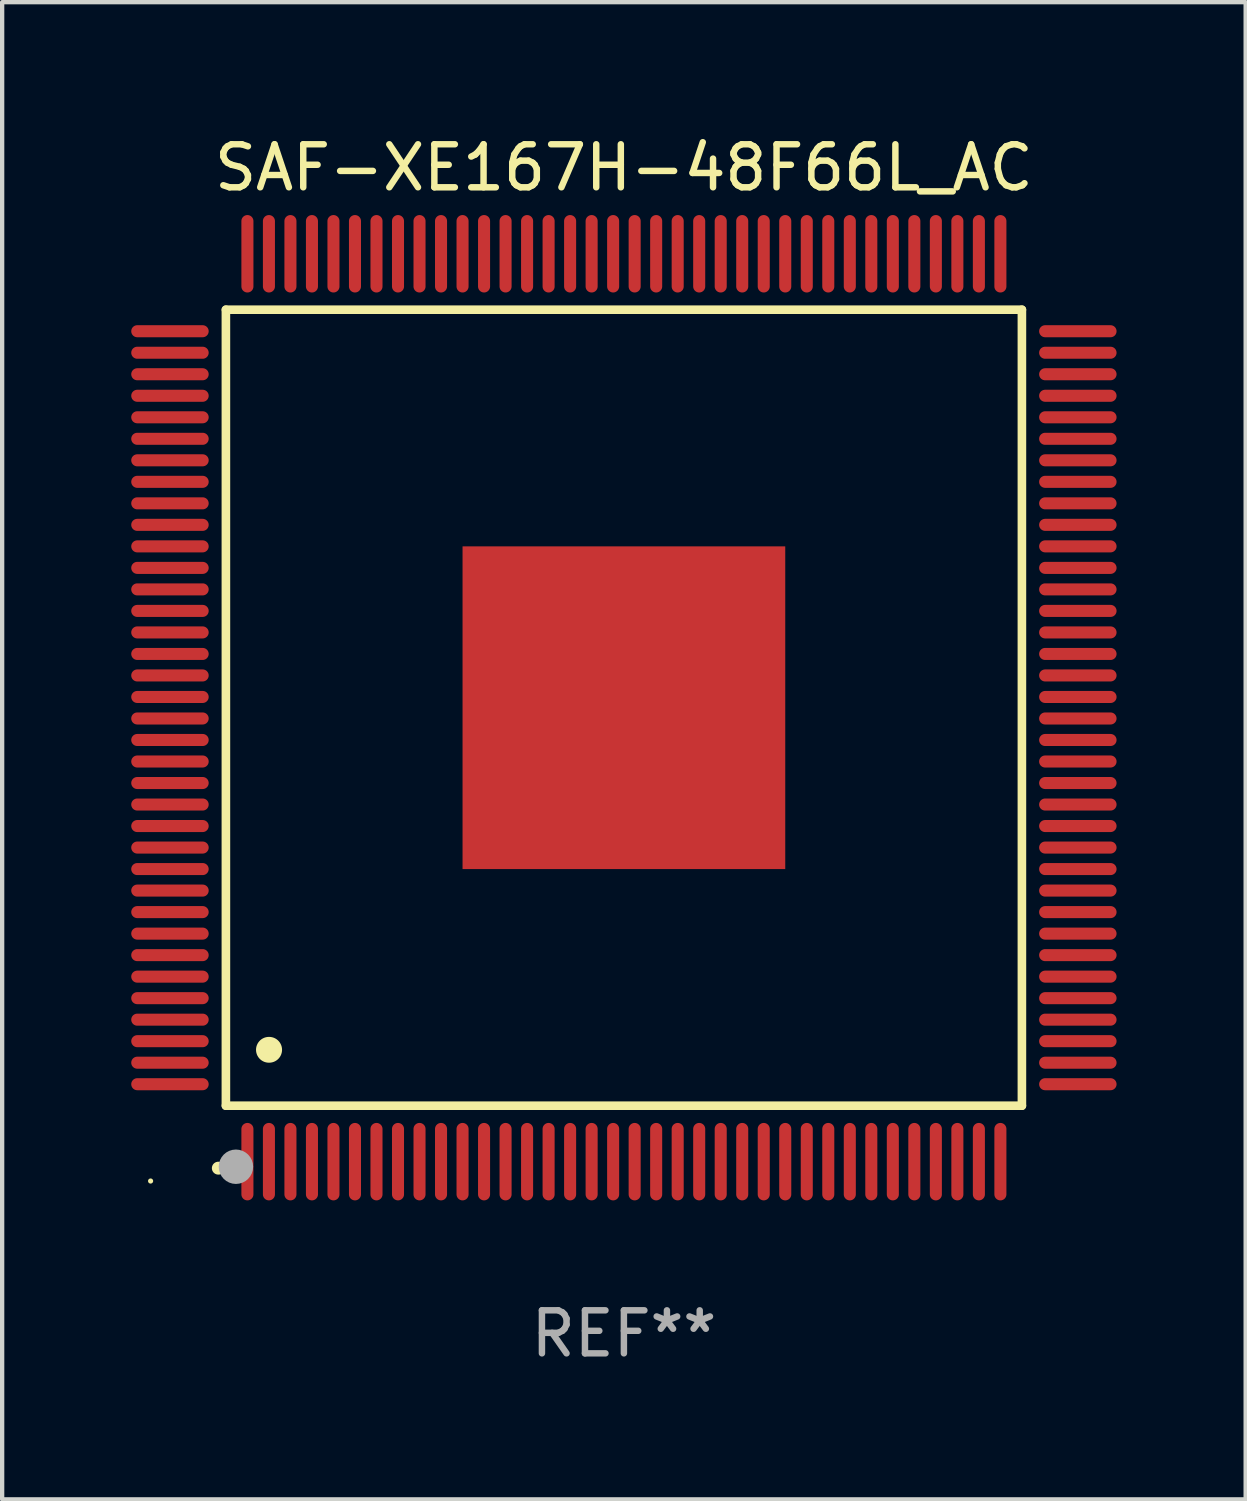
<source format=kicad_pcb>
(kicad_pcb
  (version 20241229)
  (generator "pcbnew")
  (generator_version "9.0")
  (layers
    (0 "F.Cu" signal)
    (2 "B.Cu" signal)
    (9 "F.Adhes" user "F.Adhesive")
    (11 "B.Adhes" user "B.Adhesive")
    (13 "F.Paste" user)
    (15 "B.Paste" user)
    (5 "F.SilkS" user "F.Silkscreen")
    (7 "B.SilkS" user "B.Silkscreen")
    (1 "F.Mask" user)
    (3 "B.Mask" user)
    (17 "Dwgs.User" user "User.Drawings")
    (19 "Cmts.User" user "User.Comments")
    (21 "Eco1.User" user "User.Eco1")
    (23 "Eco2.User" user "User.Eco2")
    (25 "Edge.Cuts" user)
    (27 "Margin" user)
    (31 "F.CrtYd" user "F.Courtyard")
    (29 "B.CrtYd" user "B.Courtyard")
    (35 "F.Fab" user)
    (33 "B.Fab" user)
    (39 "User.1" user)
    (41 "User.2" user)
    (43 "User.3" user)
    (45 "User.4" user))
  (footprint "SAF-XE167H-48F66L_AC"
    (layer "F.Cu")
    (at 11.45 13.398)
    (property "Reference" "SAF-XE167H-48F66L_AC" (at 0 -12.55 0) (layer "F.SilkS") (effects (font (size 1 1) (thickness 0.15))))
    (attr through_hole)
    (fp_line (start -9.25 -9.25) (end 9.25 -9.25) (stroke (width 0.2) (type solid)) (layer "F.SilkS"))
    (fp_line (start -9.25 9.25) (end -9.25 -9.25) (stroke (width 0.2) (type solid)) (layer "F.SilkS"))
    (fp_line (start 9.25 -9.25) (end 9.25 9.25) (stroke (width 0.2) (type solid)) (layer "F.SilkS"))
    (fp_line (start 9.25 9.25) (end -9.25 9.25) (stroke (width 0.2) (type solid)) (layer "F.SilkS"))
    (fp_arc (start -9.425959 10.701041) (mid -9.424689 10.701036) (end -9.423419 10.701041) (stroke (width 0.3) (type solid)) (layer "F.SilkS"))
    (fp_arc (start -8.249936 7.950216) (mid -8.247396 7.950205) (end -8.244856 7.950216) (stroke (width 0.6) (type solid)) (layer "F.SilkS"))
    (fp_circle (center -11 11) (end -10.97 11) (stroke (width 0.06) (type solid)) (fill no) (layer "F.SilkS"))
    (fp_circle (center -9.017 10.668) (end -8.817 10.668) (stroke (width 0.4) (type solid)) (fill no) (layer "F.Fab"))
    (fp_text user "REF**" (at 0 14.55 0) (layer "F.Fab") (effects (font (size 1 1) (thickness 0.15))))
    (pad "1" smd oval (at -8.75 10.55 180) (size 0.28 1.8) (layers "F.Cu" "F.Mask" "F.Paste"))
    (pad "2" smd oval (at -8.25 10.55 180) (size 0.28 1.8) (layers "F.Cu" "F.Mask" "F.Paste"))
    (pad "3" smd oval (at -7.75 10.55 180) (size 0.28 1.8) (layers "F.Cu" "F.Mask" "F.Paste"))
    (pad "4" smd oval (at -7.25 10.55 180) (size 0.28 1.8) (layers "F.Cu" "F.Mask" "F.Paste"))
    (pad "5" smd oval (at -6.75 10.55 180) (size 0.28 1.8) (layers "F.Cu" "F.Mask" "F.Paste"))
    (pad "6" smd oval (at -6.25 10.55 180) (size 0.28 1.8) (layers "F.Cu" "F.Mask" "F.Paste"))
    (pad "7" smd oval (at -5.75 10.55 180) (size 0.28 1.8) (layers "F.Cu" "F.Mask" "F.Paste"))
    (pad "8" smd oval (at -5.25 10.55 180) (size 0.28 1.8) (layers "F.Cu" "F.Mask" "F.Paste"))
    (pad "9" smd oval (at -4.75 10.55 180) (size 0.28 1.8) (layers "F.Cu" "F.Mask" "F.Paste"))
    (pad "10" smd oval (at -4.25 10.55 180) (size 0.28 1.8) (layers "F.Cu" "F.Mask" "F.Paste"))
    (pad "11" smd oval (at -3.75 10.55 180) (size 0.28 1.8) (layers "F.Cu" "F.Mask" "F.Paste"))
    (pad "12" smd oval (at -3.25 10.55 180) (size 0.28 1.8) (layers "F.Cu" "F.Mask" "F.Paste"))
    (pad "13" smd oval (at -2.75 10.55 180) (size 0.28 1.8) (layers "F.Cu" "F.Mask" "F.Paste"))
    (pad "14" smd oval (at -2.25 10.55 180) (size 0.28 1.8) (layers "F.Cu" "F.Mask" "F.Paste"))
    (pad "15" smd oval (at -1.75 10.55 180) (size 0.28 1.8) (layers "F.Cu" "F.Mask" "F.Paste"))
    (pad "16" smd oval (at -1.25 10.55 180) (size 0.28 1.8) (layers "F.Cu" "F.Mask" "F.Paste"))
    (pad "17" smd oval (at -0.75 10.55 180) (size 0.28 1.8) (layers "F.Cu" "F.Mask" "F.Paste"))
    (pad "18" smd oval (at -0.25 10.55 180) (size 0.28 1.8) (layers "F.Cu" "F.Mask" "F.Paste"))
    (pad "19" smd oval (at 0.25 10.55 180) (size 0.28 1.8) (layers "F.Cu" "F.Mask" "F.Paste"))
    (pad "20" smd oval (at 0.75 10.55 180) (size 0.28 1.8) (layers "F.Cu" "F.Mask" "F.Paste"))
    (pad "21" smd oval (at 1.25 10.55 180) (size 0.28 1.8) (layers "F.Cu" "F.Mask" "F.Paste"))
    (pad "22" smd oval (at 1.75 10.55 180) (size 0.28 1.8) (layers "F.Cu" "F.Mask" "F.Paste"))
    (pad "23" smd oval (at 2.25 10.55 180) (size 0.28 1.8) (layers "F.Cu" "F.Mask" "F.Paste"))
    (pad "24" smd oval (at 2.75 10.55 180) (size 0.28 1.8) (layers "F.Cu" "F.Mask" "F.Paste"))
    (pad "25" smd oval (at 3.25 10.55 180) (size 0.28 1.8) (layers "F.Cu" "F.Mask" "F.Paste"))
    (pad "26" smd oval (at 3.75 10.55 180) (size 0.28 1.8) (layers "F.Cu" "F.Mask" "F.Paste"))
    (pad "27" smd oval (at 4.25 10.55 180) (size 0.28 1.8) (layers "F.Cu" "F.Mask" "F.Paste"))
    (pad "28" smd oval (at 4.75 10.55 180) (size 0.28 1.8) (layers "F.Cu" "F.Mask" "F.Paste"))
    (pad "29" smd oval (at 5.25 10.55 180) (size 0.28 1.8) (layers "F.Cu" "F.Mask" "F.Paste"))
    (pad "30" smd oval (at 5.75 10.55 180) (size 0.28 1.8) (layers "F.Cu" "F.Mask" "F.Paste"))
    (pad "31" smd oval (at 6.25 10.55 180) (size 0.28 1.8) (layers "F.Cu" "F.Mask" "F.Paste"))
    (pad "32" smd oval (at 6.75 10.55 180) (size 0.28 1.8) (layers "F.Cu" "F.Mask" "F.Paste"))
    (pad "33" smd oval (at 7.25 10.55 180) (size 0.28 1.8) (layers "F.Cu" "F.Mask" "F.Paste"))
    (pad "34" smd oval (at 7.75 10.55 180) (size 0.28 1.8) (layers "F.Cu" "F.Mask" "F.Paste"))
    (pad "35" smd oval (at 8.25 10.55 180) (size 0.28 1.8) (layers "F.Cu" "F.Mask" "F.Paste"))
    (pad "36" smd oval (at 8.75 10.55 180) (size 0.28 1.8) (layers "F.Cu" "F.Mask" "F.Paste"))
    (pad "37" smd oval (at 10.55 8.75 90) (size 0.28 1.8) (layers "F.Cu" "F.Mask" "F.Paste"))
    (pad "38" smd oval (at 10.55 8.25 90) (size 0.28 1.8) (layers "F.Cu" "F.Mask" "F.Paste"))
    (pad "39" smd oval (at 10.55 7.75 90) (size 0.28 1.8) (layers "F.Cu" "F.Mask" "F.Paste"))
    (pad "40" smd oval (at 10.55 7.25 90) (size 0.28 1.8) (layers "F.Cu" "F.Mask" "F.Paste"))
    (pad "41" smd oval (at 10.55 6.75 90) (size 0.28 1.8) (layers "F.Cu" "F.Mask" "F.Paste"))
    (pad "42" smd oval (at 10.55 6.25 90) (size 0.28 1.8) (layers "F.Cu" "F.Mask" "F.Paste"))
    (pad "43" smd oval (at 10.55 5.75 90) (size 0.28 1.8) (layers "F.Cu" "F.Mask" "F.Paste"))
    (pad "44" smd oval (at 10.55 5.25 90) (size 0.28 1.8) (layers "F.Cu" "F.Mask" "F.Paste"))
    (pad "45" smd oval (at 10.55 4.75 90) (size 0.28 1.8) (layers "F.Cu" "F.Mask" "F.Paste"))
    (pad "46" smd oval (at 10.55 4.25 90) (size 0.28 1.8) (layers "F.Cu" "F.Mask" "F.Paste"))
    (pad "47" smd oval (at 10.55 3.75 90) (size 0.28 1.8) (layers "F.Cu" "F.Mask" "F.Paste"))
    (pad "48" smd oval (at 10.55 3.25 90) (size 0.28 1.8) (layers "F.Cu" "F.Mask" "F.Paste"))
    (pad "49" smd oval (at 10.55 2.75 90) (size 0.28 1.8) (layers "F.Cu" "F.Mask" "F.Paste"))
    (pad "50" smd oval (at 10.55 2.25 90) (size 0.28 1.8) (layers "F.Cu" "F.Mask" "F.Paste"))
    (pad "51" smd oval (at 10.55 1.75 90) (size 0.28 1.8) (layers "F.Cu" "F.Mask" "F.Paste"))
    (pad "52" smd oval (at 10.55 1.25 90) (size 0.28 1.8) (layers "F.Cu" "F.Mask" "F.Paste"))
    (pad "53" smd oval (at 10.55 0.75 90) (size 0.28 1.8) (layers "F.Cu" "F.Mask" "F.Paste"))
    (pad "54" smd oval (at 10.55 0.25 90) (size 0.28 1.8) (layers "F.Cu" "F.Mask" "F.Paste"))
    (pad "55" smd oval (at 10.55 -0.25 90) (size 0.28 1.8) (layers "F.Cu" "F.Mask" "F.Paste"))
    (pad "56" smd oval (at 10.55 -0.75 90) (size 0.28 1.8) (layers "F.Cu" "F.Mask" "F.Paste"))
    (pad "57" smd oval (at 10.55 -1.25 90) (size 0.28 1.8) (layers "F.Cu" "F.Mask" "F.Paste"))
    (pad "58" smd oval (at 10.55 -1.75 90) (size 0.28 1.8) (layers "F.Cu" "F.Mask" "F.Paste"))
    (pad "59" smd oval (at 10.55 -2.25 90) (size 0.28 1.8) (layers "F.Cu" "F.Mask" "F.Paste"))
    (pad "60" smd oval (at 10.55 -2.75 90) (size 0.28 1.8) (layers "F.Cu" "F.Mask" "F.Paste"))
    (pad "61" smd oval (at 10.55 -3.25 90) (size 0.28 1.8) (layers "F.Cu" "F.Mask" "F.Paste"))
    (pad "62" smd oval (at 10.55 -3.75 90) (size 0.28 1.8) (layers "F.Cu" "F.Mask" "F.Paste"))
    (pad "63" smd oval (at 10.55 -4.25 90) (size 0.28 1.8) (layers "F.Cu" "F.Mask" "F.Paste"))
    (pad "64" smd oval (at 10.55 -4.75 90) (size 0.28 1.8) (layers "F.Cu" "F.Mask" "F.Paste"))
    (pad "65" smd oval (at 10.55 -5.25 90) (size 0.28 1.8) (layers "F.Cu" "F.Mask" "F.Paste"))
    (pad "66" smd oval (at 10.55 -5.75 90) (size 0.28 1.8) (layers "F.Cu" "F.Mask" "F.Paste"))
    (pad "67" smd oval (at 10.55 -6.25 90) (size 0.28 1.8) (layers "F.Cu" "F.Mask" "F.Paste"))
    (pad "68" smd oval (at 10.55 -6.75 90) (size 0.28 1.8) (layers "F.Cu" "F.Mask" "F.Paste"))
    (pad "69" smd oval (at 10.55 -7.25 90) (size 0.28 1.8) (layers "F.Cu" "F.Mask" "F.Paste"))
    (pad "70" smd oval (at 10.55 -7.75 90) (size 0.28 1.8) (layers "F.Cu" "F.Mask" "F.Paste"))
    (pad "71" smd oval (at 10.55 -8.25 90) (size 0.28 1.8) (layers "F.Cu" "F.Mask" "F.Paste"))
    (pad "72" smd oval (at 10.55 -8.75 90) (size 0.28 1.8) (layers "F.Cu" "F.Mask" "F.Paste"))
    (pad "73" smd oval (at 8.75 -10.55 180) (size 0.28 1.8) (layers "F.Cu" "F.Mask" "F.Paste"))
    (pad "74" smd oval (at 8.25 -10.55 180) (size 0.28 1.8) (layers "F.Cu" "F.Mask" "F.Paste"))
    (pad "75" smd oval (at 7.75 -10.55 180) (size 0.28 1.8) (layers "F.Cu" "F.Mask" "F.Paste"))
    (pad "76" smd oval (at 7.25 -10.55 180) (size 0.28 1.8) (layers "F.Cu" "F.Mask" "F.Paste"))
    (pad "77" smd oval (at 6.75 -10.55 180) (size 0.28 1.8) (layers "F.Cu" "F.Mask" "F.Paste"))
    (pad "78" smd oval (at 6.25 -10.55 180) (size 0.28 1.8) (layers "F.Cu" "F.Mask" "F.Paste"))
    (pad "79" smd oval (at 5.75 -10.55 180) (size 0.28 1.8) (layers "F.Cu" "F.Mask" "F.Paste"))
    (pad "80" smd oval (at 5.25 -10.55 180) (size 0.28 1.8) (layers "F.Cu" "F.Mask" "F.Paste"))
    (pad "81" smd oval (at 4.75 -10.55 180) (size 0.28 1.8) (layers "F.Cu" "F.Mask" "F.Paste"))
    (pad "82" smd oval (at 4.25 -10.55 180) (size 0.28 1.8) (layers "F.Cu" "F.Mask" "F.Paste"))
    (pad "83" smd oval (at 3.75 -10.55 180) (size 0.28 1.8) (layers "F.Cu" "F.Mask" "F.Paste"))
    (pad "84" smd oval (at 3.25 -10.55 180) (size 0.28 1.8) (layers "F.Cu" "F.Mask" "F.Paste"))
    (pad "85" smd oval (at 2.75 -10.55 180) (size 0.28 1.8) (layers "F.Cu" "F.Mask" "F.Paste"))
    (pad "86" smd oval (at 2.25 -10.55 180) (size 0.28 1.8) (layers "F.Cu" "F.Mask" "F.Paste"))
    (pad "87" smd oval (at 1.75 -10.55 180) (size 0.28 1.8) (layers "F.Cu" "F.Mask" "F.Paste"))
    (pad "88" smd oval (at 1.25 -10.55 180) (size 0.28 1.8) (layers "F.Cu" "F.Mask" "F.Paste"))
    (pad "89" smd oval (at 0.75 -10.55 180) (size 0.28 1.8) (layers "F.Cu" "F.Mask" "F.Paste"))
    (pad "90" smd oval (at 0.25 -10.55 180) (size 0.28 1.8) (layers "F.Cu" "F.Mask" "F.Paste"))
    (pad "91" smd oval (at -0.25 -10.55 180) (size 0.28 1.8) (layers "F.Cu" "F.Mask" "F.Paste"))
    (pad "92" smd oval (at -0.75 -10.55 180) (size 0.28 1.8) (layers "F.Cu" "F.Mask" "F.Paste"))
    (pad "93" smd oval (at -1.25 -10.55 180) (size 0.28 1.8) (layers "F.Cu" "F.Mask" "F.Paste"))
    (pad "94" smd oval (at -1.75 -10.55 180) (size 0.28 1.8) (layers "F.Cu" "F.Mask" "F.Paste"))
    (pad "95" smd oval (at -2.25 -10.55 180) (size 0.28 1.8) (layers "F.Cu" "F.Mask" "F.Paste"))
    (pad "96" smd oval (at -2.75 -10.55 180) (size 0.28 1.8) (layers "F.Cu" "F.Mask" "F.Paste"))
    (pad "97" smd oval (at -3.25 -10.55 180) (size 0.28 1.8) (layers "F.Cu" "F.Mask" "F.Paste"))
    (pad "98" smd oval (at -3.75 -10.55 180) (size 0.28 1.8) (layers "F.Cu" "F.Mask" "F.Paste"))
    (pad "99" smd oval (at -4.25 -10.55 180) (size 0.28 1.8) (layers "F.Cu" "F.Mask" "F.Paste"))
    (pad "100" smd oval (at -4.75 -10.55 180) (size 0.28 1.8) (layers "F.Cu" "F.Mask" "F.Paste"))
    (pad "101" smd oval (at -5.25 -10.55 180) (size 0.28 1.8) (layers "F.Cu" "F.Mask" "F.Paste"))
    (pad "102" smd oval (at -5.75 -10.55 180) (size 0.28 1.8) (layers "F.Cu" "F.Mask" "F.Paste"))
    (pad "103" smd oval (at -6.25 -10.55 180) (size 0.28 1.8) (layers "F.Cu" "F.Mask" "F.Paste"))
    (pad "104" smd oval (at -6.75 -10.55 180) (size 0.28 1.8) (layers "F.Cu" "F.Mask" "F.Paste"))
    (pad "105" smd oval (at -7.25 -10.55 180) (size 0.28 1.8) (layers "F.Cu" "F.Mask" "F.Paste"))
    (pad "106" smd oval (at -7.75 -10.55 180) (size 0.28 1.8) (layers "F.Cu" "F.Mask" "F.Paste"))
    (pad "107" smd oval (at -8.25 -10.55 180) (size 0.28 1.8) (layers "F.Cu" "F.Mask" "F.Paste"))
    (pad "108" smd oval (at -8.75 -10.55 180) (size 0.28 1.8) (layers "F.Cu" "F.Mask" "F.Paste"))
    (pad "109" smd oval (at -10.55 -8.75 90) (size 0.28 1.8) (layers "F.Cu" "F.Mask" "F.Paste"))
    (pad "110" smd oval (at -10.55 -8.25 90) (size 0.28 1.8) (layers "F.Cu" "F.Mask" "F.Paste"))
    (pad "111" smd oval (at -10.55 -7.75 90) (size 0.28 1.8) (layers "F.Cu" "F.Mask" "F.Paste"))
    (pad "112" smd oval (at -10.55 -7.25 90) (size 0.28 1.8) (layers "F.Cu" "F.Mask" "F.Paste"))
    (pad "113" smd oval (at -10.55 -6.75 90) (size 0.28 1.8) (layers "F.Cu" "F.Mask" "F.Paste"))
    (pad "114" smd oval (at -10.55 -6.25 90) (size 0.28 1.8) (layers "F.Cu" "F.Mask" "F.Paste"))
    (pad "115" smd oval (at -10.55 -5.75 90) (size 0.28 1.8) (layers "F.Cu" "F.Mask" "F.Paste"))
    (pad "116" smd oval (at -10.55 -5.25 90) (size 0.28 1.8) (layers "F.Cu" "F.Mask" "F.Paste"))
    (pad "117" smd oval (at -10.55 -4.75 90) (size 0.28 1.8) (layers "F.Cu" "F.Mask" "F.Paste"))
    (pad "118" smd oval (at -10.55 -4.25 90) (size 0.28 1.8) (layers "F.Cu" "F.Mask" "F.Paste"))
    (pad "119" smd oval (at -10.55 -3.75 90) (size 0.28 1.8) (layers "F.Cu" "F.Mask" "F.Paste"))
    (pad "120" smd oval (at -10.55 -3.25 90) (size 0.28 1.8) (layers "F.Cu" "F.Mask" "F.Paste"))
    (pad "121" smd oval (at -10.55 -2.75 90) (size 0.28 1.8) (layers "F.Cu" "F.Mask" "F.Paste"))
    (pad "122" smd oval (at -10.55 -2.25 90) (size 0.28 1.8) (layers "F.Cu" "F.Mask" "F.Paste"))
    (pad "123" smd oval (at -10.55 -1.75 90) (size 0.28 1.8) (layers "F.Cu" "F.Mask" "F.Paste"))
    (pad "124" smd oval (at -10.55 -1.25 90) (size 0.28 1.8) (layers "F.Cu" "F.Mask" "F.Paste"))
    (pad "125" smd oval (at -10.55 -0.75 90) (size 0.28 1.8) (layers "F.Cu" "F.Mask" "F.Paste"))
    (pad "126" smd oval (at -10.55 -0.25 90) (size 0.28 1.8) (layers "F.Cu" "F.Mask" "F.Paste"))
    (pad "127" smd oval (at -10.55 0.25 90) (size 0.28 1.8) (layers "F.Cu" "F.Mask" "F.Paste"))
    (pad "128" smd oval (at -10.55 0.75 90) (size 0.28 1.8) (layers "F.Cu" "F.Mask" "F.Paste"))
    (pad "129" smd oval (at -10.55 1.25 90) (size 0.28 1.8) (layers "F.Cu" "F.Mask" "F.Paste"))
    (pad "130" smd oval (at -10.55 1.75 90) (size 0.28 1.8) (layers "F.Cu" "F.Mask" "F.Paste"))
    (pad "131" smd oval (at -10.55 2.25 90) (size 0.28 1.8) (layers "F.Cu" "F.Mask" "F.Paste"))
    (pad "132" smd oval (at -10.55 2.75 90) (size 0.28 1.8) (layers "F.Cu" "F.Mask" "F.Paste"))
    (pad "133" smd oval (at -10.55 3.25 90) (size 0.28 1.8) (layers "F.Cu" "F.Mask" "F.Paste"))
    (pad "134" smd oval (at -10.55 3.75 90) (size 0.28 1.8) (layers "F.Cu" "F.Mask" "F.Paste"))
    (pad "135" smd oval (at -10.55 4.25 90) (size 0.28 1.8) (layers "F.Cu" "F.Mask" "F.Paste"))
    (pad "136" smd oval (at -10.55 4.75 90) (size 0.28 1.8) (layers "F.Cu" "F.Mask" "F.Paste"))
    (pad "137" smd oval (at -10.55 5.25 90) (size 0.28 1.8) (layers "F.Cu" "F.Mask" "F.Paste"))
    (pad "138" smd oval (at -10.55 5.75 90) (size 0.28 1.8) (layers "F.Cu" "F.Mask" "F.Paste"))
    (pad "139" smd oval (at -10.55 6.25 90) (size 0.28 1.8) (layers "F.Cu" "F.Mask" "F.Paste"))
    (pad "140" smd oval (at -10.55 6.75 90) (size 0.28 1.8) (layers "F.Cu" "F.Mask" "F.Paste"))
    (pad "141" smd oval (at -10.55 7.25 90) (size 0.28 1.8) (layers "F.Cu" "F.Mask" "F.Paste"))
    (pad "142" smd oval (at -10.55 7.75 90) (size 0.28 1.8) (layers "F.Cu" "F.Mask" "F.Paste"))
    (pad "143" smd oval (at -10.55 8.25 90) (size 0.28 1.8) (layers "F.Cu" "F.Mask" "F.Paste"))
    (pad "144" smd oval (at -10.55 8.75 90) (size 0.28 1.8) (layers "F.Cu" "F.Mask" "F.Paste"))
    (pad "145" smd rect (at 0 0 90) (size 7.5 7.5) (layers "F.Cu" "F.Mask" "F.Paste")))
  (gr_rect
    (start -3 -3)
    (end 25.9 31.796)
    (stroke (width 0.1) (type default))
    (fill no)
    (layer "Edge.Cuts")))
</source>
